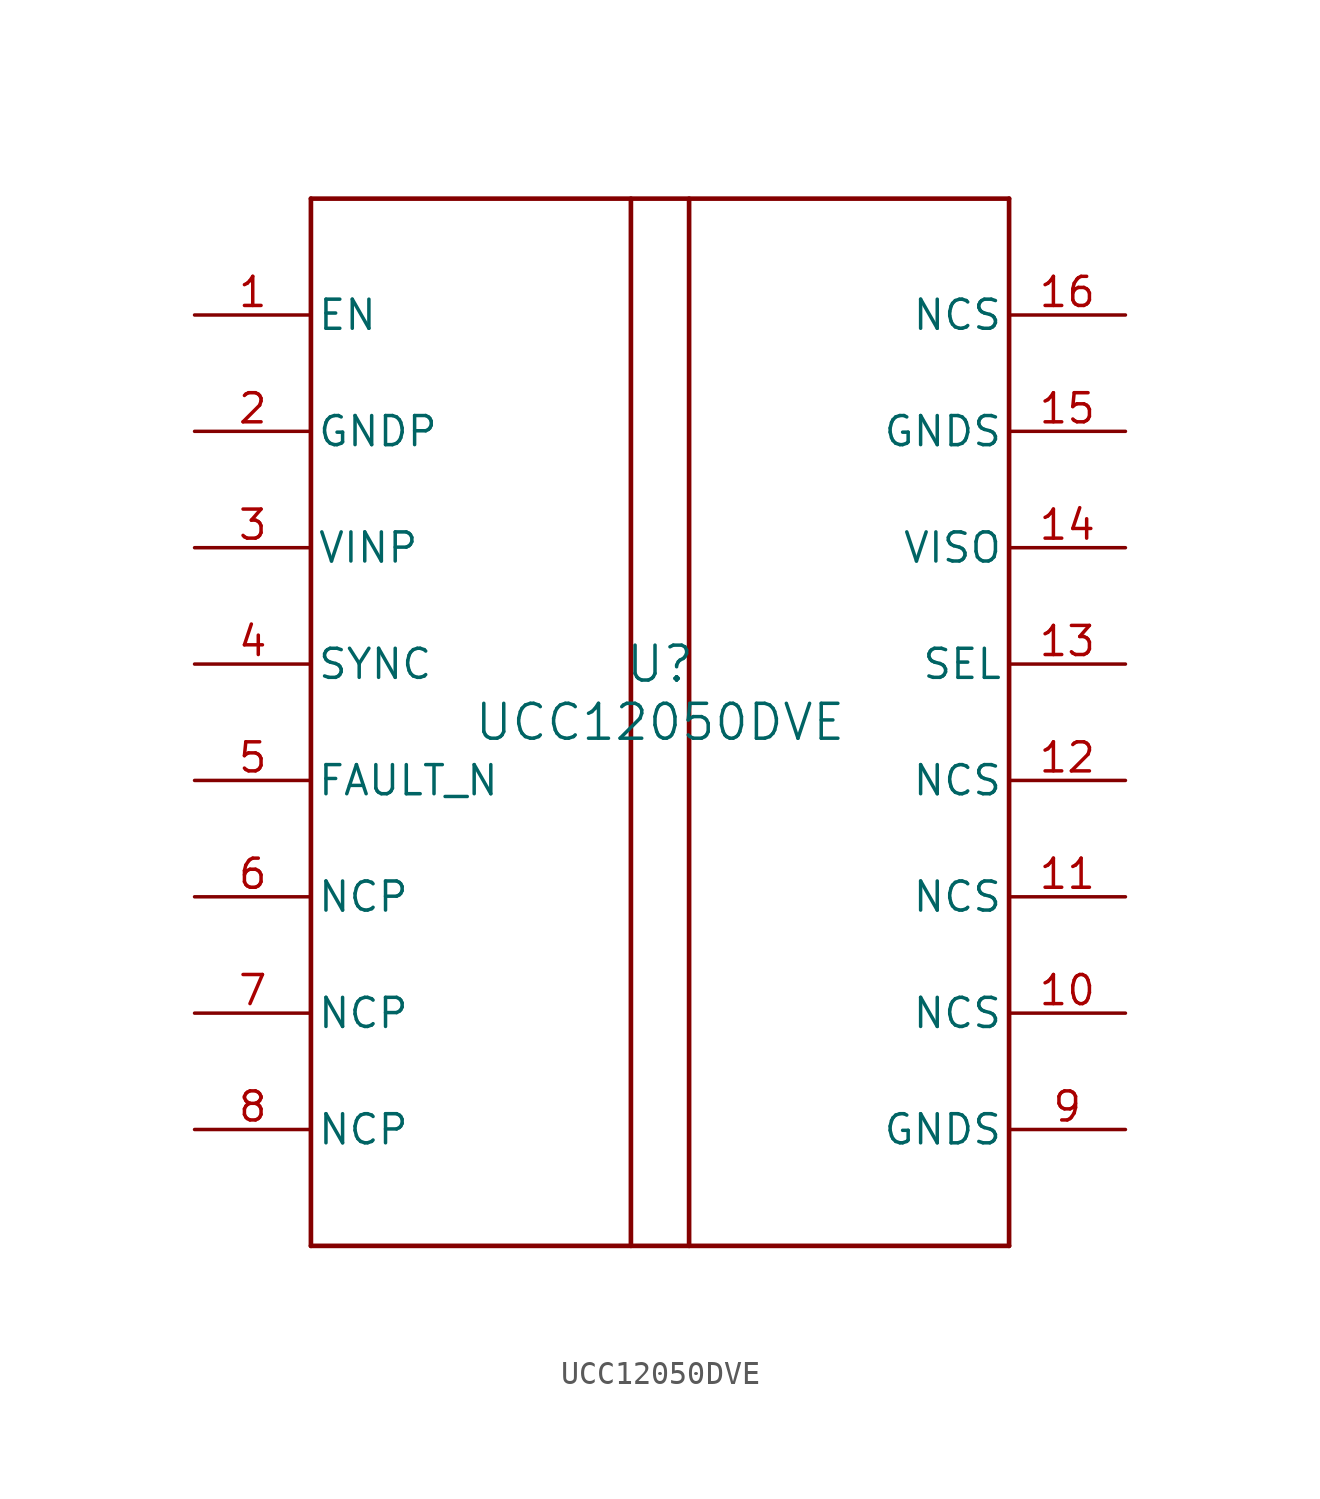
<source format=kicad_sym>
(kicad_symbol_lib
  (version 20241209)
  (generator "kicad_symbol_editor")
  (generator_version "9.0")
  (symbol "UCC12050DVE"
    (pin_names
      (offset 0.254))
    (property "Reference" "U"
      (at 0 2.54 0)
      (effects (font (size 1.524 1.524))))
    (property "Value" "UCC12050DVE"
      (at 0 0 0)
      (effects (font (size 1.524 1.524))))
    (symbol "UCC12050DVE_0_1"
      (polyline (pts (xy -15.24 22.86) (xy -15.24 -22.86)) (stroke (width 0.203) (type default)) (fill (type none)))
      (polyline (pts (xy -15.24 -22.86) (xy 15.24 -22.86)) (stroke (width 0.203) (type default)) (fill (type none)))
      (polyline (pts (xy -1.27 -22.86) (xy -1.27 22.86)) (stroke (width 0.203) (type default)) (fill (type none)))
      (polyline (pts (xy 1.27 -22.86) (xy 1.27 22.86)) (stroke (width 0.203) (type default)) (fill (type none)))
      (polyline (pts (xy 15.24 22.86) (xy -15.24 22.86)) (stroke (width 0.203) (type default)) (fill (type none)))
      (polyline (pts (xy 15.24 -22.86) (xy 15.24 22.86)) (stroke (width 0.203) (type default)) (fill (type none)))
      (pin input line (at -20.32 17.78 0) (length 5.08) (name "EN" (effects (font (size 1.27 1.27)))) (number "1" (effects (font (size 1.27 1.27)))))
      (pin power_in line (at -20.32 12.7 0) (length 5.08) (name "GNDP" (effects (font (size 1.27 1.27)))) (number "2" (effects (font (size 1.27 1.27)))))
      (pin power_in line (at -20.32 7.62 0) (length 5.08) (name "VINP" (effects (font (size 1.27 1.27)))) (number "3" (effects (font (size 1.27 1.27)))))
      (pin input line (at -20.32 2.54 0) (length 5.08) (name "SYNC" (effects (font (size 1.27 1.27)))) (number "4" (effects (font (size 1.27 1.27)))))
      (pin open_collector line (at -20.32 -2.54 0) (length 5.08) (name "FAULT_N" (effects (font (size 1.27 1.27)))) (number "5" (effects (font (size 1.27 1.27)))))
      (pin power_in line (at 20.32 12.7 180) (length 5.08) (name "GNDS" (effects (font (size 1.27 1.27)))) (number "15" (effects (font (size 1.27 1.27)))))
      (pin power_in line (at 20.32 7.62 180) (length 5.08) (name "VISO" (effects (font (size 1.27 1.27)))) (number "14" (effects (font (size 1.27 1.27)))))
      (pin input line (at 20.32 2.54 180) (length 5.08) (name "SEL" (effects (font (size 1.27 1.27)))) (number "13" (effects (font (size 1.27 1.27)))))
      (pin power_in line (at 20.32 -17.78 180) (length 5.08) (name "GNDS" (effects (font (size 1.27 1.27)))) (number "9" (effects (font (size 1.27 1.27))))))
    (symbol "UCC12050DVE_1_1"
      (pin passive line (at -20.32 -7.62 0) (length 5.08) (name "NCP" (effects (font (size 1.27 1.27)))) (number "6" (effects (font (size 1.27 1.27)))))
      (pin passive line (at -20.32 -12.7 0) (length 5.08) (name "NCP" (effects (font (size 1.27 1.27)))) (number "7" (effects (font (size 1.27 1.27)))))
      (pin passive line (at -20.32 -17.78 0) (length 5.08) (name "NCP" (effects (font (size 1.27 1.27)))) (number "8" (effects (font (size 1.27 1.27)))))
      (pin passive line (at 20.32 17.78 180) (length 5.08) (name "NCS" (effects (font (size 1.27 1.27)))) (number "16" (effects (font (size 1.27 1.27)))))
      (pin passive line (at 20.32 -2.54 180) (length 5.08) (name "NCS" (effects (font (size 1.27 1.27)))) (number "12" (effects (font (size 1.27 1.27)))))
      (pin passive line (at 20.32 -7.62 180) (length 5.08) (name "NCS" (effects (font (size 1.27 1.27)))) (number "11" (effects (font (size 1.27 1.27)))))
      (pin passive line (at 20.32 -12.7 180) (length 5.08) (name "NCS" (effects (font (size 1.27 1.27)))) (number "10" (effects (font (size 1.27 1.27))))))))
</source>
